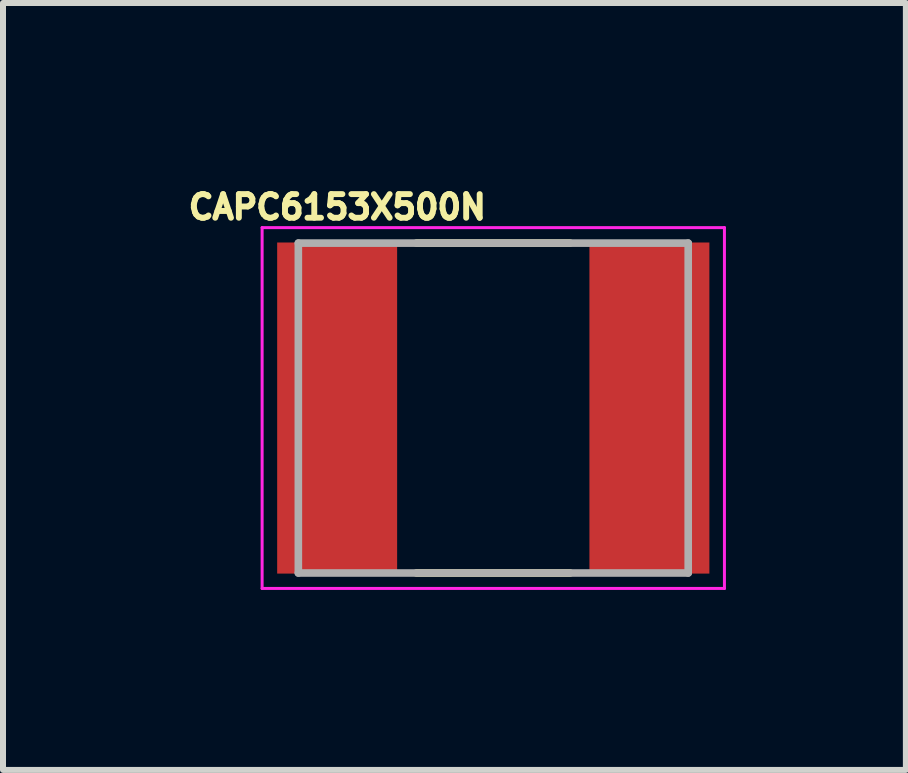
<source format=kicad_pcb>
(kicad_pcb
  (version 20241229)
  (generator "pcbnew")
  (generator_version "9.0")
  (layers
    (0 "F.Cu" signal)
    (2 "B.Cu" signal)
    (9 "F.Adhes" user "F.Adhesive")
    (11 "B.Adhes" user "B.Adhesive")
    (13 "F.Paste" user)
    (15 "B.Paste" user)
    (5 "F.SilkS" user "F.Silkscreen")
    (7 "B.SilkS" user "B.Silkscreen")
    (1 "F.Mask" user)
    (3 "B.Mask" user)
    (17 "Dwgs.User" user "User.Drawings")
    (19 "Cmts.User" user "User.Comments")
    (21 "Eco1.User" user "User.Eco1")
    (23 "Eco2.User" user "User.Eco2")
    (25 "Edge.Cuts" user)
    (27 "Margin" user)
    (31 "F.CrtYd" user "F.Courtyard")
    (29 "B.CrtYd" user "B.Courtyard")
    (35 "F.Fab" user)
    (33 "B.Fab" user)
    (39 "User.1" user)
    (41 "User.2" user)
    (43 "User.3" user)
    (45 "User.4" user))
  (footprint "CAPC6153X500N"
    (layer "F.Cu")
    (at 5.174 3.753)
    (property "Reference" "CAPC6153X500N" (at -2.6 -3.35 0) (layer "F.SilkS") (effects (font (size 0.394 0.394) (thickness 0.15))))
    (attr through_hole)
    (fp_line (start -1.28 -2.75) (end 1.28 -2.75) (stroke (width 0.127) (type solid)) (layer "F.SilkS"))
    (fp_line (start -1.28 2.75) (end 1.28 2.75) (stroke (width 0.127) (type solid)) (layer "F.SilkS"))
    (fp_line (start -3.854 -3.008) (end 3.854 -3.008) (stroke (width 0.05) (type solid)) (layer "F.CrtYd"))
    (fp_line (start -3.854 3.008) (end -3.854 -3.008) (stroke (width 0.05) (type solid)) (layer "F.CrtYd"))
    (fp_line (start -3.854 3.008) (end 3.854 3.008) (stroke (width 0.05) (type solid)) (layer "F.CrtYd"))
    (fp_line (start 3.854 3.008) (end 3.854 -3.008) (stroke (width 0.05) (type solid)) (layer "F.CrtYd"))
    (fp_line (start -3.25 2.75) (end -3.25 -2.75) (stroke (width 0.127) (type solid)) (layer "F.Fab"))
    (fp_line (start 3.25 -2.75) (end -3.25 -2.75) (stroke (width 0.127) (type solid)) (layer "F.Fab"))
    (fp_line (start 3.25 2.75) (end -3.25 2.75) (stroke (width 0.127) (type solid)) (layer "F.Fab"))
    (fp_line (start 3.25 2.75) (end 3.25 -2.75) (stroke (width 0.127) (type solid)) (layer "F.Fab"))
    (pad "1" smd rect (at -2.603 0) (size 2 5.52) (layers "F.Cu" "F.Mask" "F.Paste"))
    (pad "2" smd rect (at 2.603 0) (size 2 5.52) (layers "F.Cu" "F.Mask" "F.Paste")))
  (gr_rect
    (start -3 -3)
    (end 12.053 9.786)
    (stroke (width 0.1) (type default))
    (fill no)
    (layer "Edge.Cuts")))
</source>
